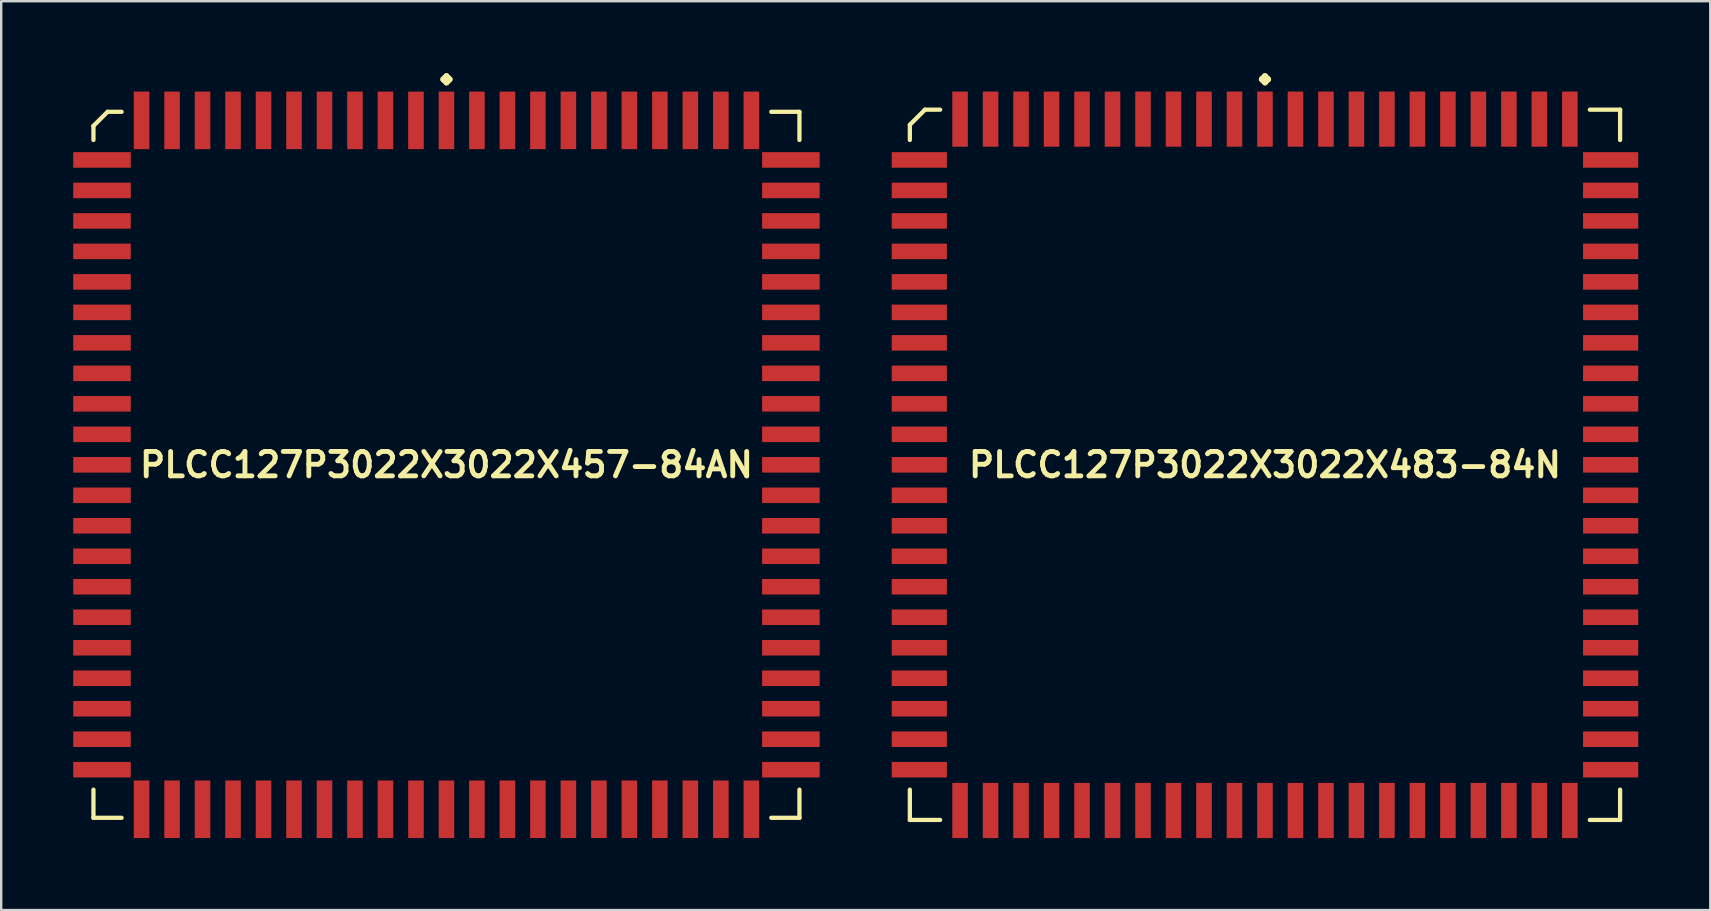
<source format=kicad_pcb>
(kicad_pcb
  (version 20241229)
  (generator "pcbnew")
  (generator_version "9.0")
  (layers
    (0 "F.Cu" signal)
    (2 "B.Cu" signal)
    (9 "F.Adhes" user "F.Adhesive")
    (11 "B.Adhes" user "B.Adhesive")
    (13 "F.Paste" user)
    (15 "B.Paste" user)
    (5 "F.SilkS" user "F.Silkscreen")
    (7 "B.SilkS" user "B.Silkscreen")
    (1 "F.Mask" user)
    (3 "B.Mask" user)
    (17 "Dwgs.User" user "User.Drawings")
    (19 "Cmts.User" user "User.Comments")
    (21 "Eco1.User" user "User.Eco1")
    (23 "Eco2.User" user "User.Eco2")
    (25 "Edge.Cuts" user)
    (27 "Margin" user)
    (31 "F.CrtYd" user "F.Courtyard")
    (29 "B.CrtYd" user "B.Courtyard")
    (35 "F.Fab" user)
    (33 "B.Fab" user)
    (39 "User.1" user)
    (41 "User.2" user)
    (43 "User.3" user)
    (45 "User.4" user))
  (footprint "PLCC127P3022X3022X483-84N"
    (layer "F.Cu")
    (at 49.643 16.312)
    (property "Reference" "PLCC127P3022X3022X483-84N" (at 0 0 0) (layer "F.SilkS") (effects (font (size 1.016 1.016) (thickness 0.203))))
    (attr smd)
    (fp_line (start -14.793 -14.163) (end -14.163 -14.793) (stroke (width 0.178) (type solid)) (layer "F.SilkS"))
    (fp_line (start -14.793 -13.531) (end -14.793 -14.163) (stroke (width 0.178) (type solid)) (layer "F.SilkS"))
    (fp_line (start -14.793 13.531) (end -14.793 14.793) (stroke (width 0.178) (type solid)) (layer "F.SilkS"))
    (fp_line (start -14.793 14.793) (end -13.531 14.793) (stroke (width 0.178) (type solid)) (layer "F.SilkS"))
    (fp_line (start -14.163 -14.793) (end -13.531 -14.793) (stroke (width 0.178) (type solid)) (layer "F.SilkS"))
    (fp_line (start -0.127 -16.058) (end 0 -16.185) (stroke (width 0.254) (type solid)) (layer "F.SilkS"))
    (fp_line (start 0 -16.185) (end 0.127 -16.058) (stroke (width 0.254) (type solid)) (layer "F.SilkS"))
    (fp_line (start 0 -15.931) (end -0.127 -16.058) (stroke (width 0.254) (type solid)) (layer "F.SilkS"))
    (fp_line (start 0.127 -16.058) (end 0 -15.931) (stroke (width 0.254) (type solid)) (layer "F.SilkS"))
    (fp_line (start 14.793 -14.793) (end 13.531 -14.793) (stroke (width 0.178) (type solid)) (layer "F.SilkS"))
    (fp_line (start 14.793 -13.531) (end 14.793 -14.793) (stroke (width 0.178) (type solid)) (layer "F.SilkS"))
    (fp_line (start 14.793 13.531) (end 14.793 14.793) (stroke (width 0.178) (type solid)) (layer "F.SilkS"))
    (fp_line (start 14.793 14.793) (end 13.531 14.793) (stroke (width 0.178) (type solid)) (layer "F.SilkS"))
    (pad "1" smd rect (at 0 -14.399) (size 0.648 2.299) (layers "F.Cu" "F.Mask" "F.Paste"))
    (pad "2" smd rect (at -1.27 -14.399) (size 0.648 2.299) (layers "F.Cu" "F.Mask" "F.Paste"))
    (pad "3" smd rect (at -2.54 -14.399) (size 0.648 2.299) (layers "F.Cu" "F.Mask" "F.Paste"))
    (pad "4" smd rect (at -3.81 -14.399) (size 0.648 2.299) (layers "F.Cu" "F.Mask" "F.Paste"))
    (pad "5" smd rect (at -5.08 -14.399) (size 0.648 2.299) (layers "F.Cu" "F.Mask" "F.Paste"))
    (pad "6" smd rect (at -6.35 -14.399) (size 0.648 2.299) (layers "F.Cu" "F.Mask" "F.Paste"))
    (pad "7" smd rect (at -7.62 -14.399) (size 0.648 2.299) (layers "F.Cu" "F.Mask" "F.Paste"))
    (pad "8" smd rect (at -8.89 -14.399) (size 0.648 2.299) (layers "F.Cu" "F.Mask" "F.Paste"))
    (pad "9" smd rect (at -10.16 -14.399) (size 0.648 2.299) (layers "F.Cu" "F.Mask" "F.Paste"))
    (pad "10" smd rect (at -11.43 -14.399) (size 0.648 2.299) (layers "F.Cu" "F.Mask" "F.Paste"))
    (pad "11" smd rect (at -12.7 -14.399) (size 0.648 2.299) (layers "F.Cu" "F.Mask" "F.Paste"))
    (pad "12" smd rect (at -14.399 -12.7) (size 2.299 0.648) (layers "F.Cu" "F.Mask" "F.Paste"))
    (pad "13" smd rect (at -14.399 -11.43) (size 2.299 0.648) (layers "F.Cu" "F.Mask" "F.Paste"))
    (pad "14" smd rect (at -14.399 -10.16) (size 2.299 0.648) (layers "F.Cu" "F.Mask" "F.Paste"))
    (pad "15" smd rect (at -14.399 -8.89) (size 2.299 0.648) (layers "F.Cu" "F.Mask" "F.Paste"))
    (pad "16" smd rect (at -14.399 -7.62) (size 2.299 0.648) (layers "F.Cu" "F.Mask" "F.Paste"))
    (pad "17" smd rect (at -14.399 -6.35) (size 2.299 0.648) (layers "F.Cu" "F.Mask" "F.Paste"))
    (pad "18" smd rect (at -14.399 -5.08) (size 2.299 0.648) (layers "F.Cu" "F.Mask" "F.Paste"))
    (pad "19" smd rect (at -14.399 -3.81) (size 2.299 0.648) (layers "F.Cu" "F.Mask" "F.Paste"))
    (pad "20" smd rect (at -14.399 -2.54) (size 2.299 0.648) (layers "F.Cu" "F.Mask" "F.Paste"))
    (pad "21" smd rect (at -14.399 -1.27) (size 2.299 0.648) (layers "F.Cu" "F.Mask" "F.Paste"))
    (pad "22" smd rect (at -14.399 0) (size 2.299 0.648) (layers "F.Cu" "F.Mask" "F.Paste"))
    (pad "23" smd rect (at -14.399 1.27) (size 2.299 0.648) (layers "F.Cu" "F.Mask" "F.Paste"))
    (pad "24" smd rect (at -14.399 2.54) (size 2.299 0.648) (layers "F.Cu" "F.Mask" "F.Paste"))
    (pad "25" smd rect (at -14.399 3.81) (size 2.299 0.648) (layers "F.Cu" "F.Mask" "F.Paste"))
    (pad "26" smd rect (at -14.399 5.08) (size 2.299 0.648) (layers "F.Cu" "F.Mask" "F.Paste"))
    (pad "27" smd rect (at -14.399 6.35) (size 2.299 0.648) (layers "F.Cu" "F.Mask" "F.Paste"))
    (pad "28" smd rect (at -14.399 7.62) (size 2.299 0.648) (layers "F.Cu" "F.Mask" "F.Paste"))
    (pad "29" smd rect (at -14.399 8.89) (size 2.299 0.648) (layers "F.Cu" "F.Mask" "F.Paste"))
    (pad "30" smd rect (at -14.399 10.16) (size 2.299 0.648) (layers "F.Cu" "F.Mask" "F.Paste"))
    (pad "31" smd rect (at -14.399 11.43) (size 2.299 0.648) (layers "F.Cu" "F.Mask" "F.Paste"))
    (pad "32" smd rect (at -14.399 12.7) (size 2.299 0.648) (layers "F.Cu" "F.Mask" "F.Paste"))
    (pad "33" smd rect (at -12.7 14.399) (size 0.648 2.299) (layers "F.Cu" "F.Mask" "F.Paste"))
    (pad "34" smd rect (at -11.43 14.399) (size 0.648 2.299) (layers "F.Cu" "F.Mask" "F.Paste"))
    (pad "35" smd rect (at -10.16 14.399) (size 0.648 2.299) (layers "F.Cu" "F.Mask" "F.Paste"))
    (pad "36" smd rect (at -8.89 14.399) (size 0.648 2.299) (layers "F.Cu" "F.Mask" "F.Paste"))
    (pad "37" smd rect (at -7.62 14.399) (size 0.648 2.299) (layers "F.Cu" "F.Mask" "F.Paste"))
    (pad "38" smd rect (at -6.35 14.399) (size 0.648 2.299) (layers "F.Cu" "F.Mask" "F.Paste"))
    (pad "39" smd rect (at -5.08 14.399) (size 0.648 2.299) (layers "F.Cu" "F.Mask" "F.Paste"))
    (pad "40" smd rect (at -3.81 14.399) (size 0.648 2.299) (layers "F.Cu" "F.Mask" "F.Paste"))
    (pad "41" smd rect (at -2.54 14.399) (size 0.648 2.299) (layers "F.Cu" "F.Mask" "F.Paste"))
    (pad "42" smd rect (at -1.27 14.399) (size 0.648 2.299) (layers "F.Cu" "F.Mask" "F.Paste"))
    (pad "43" smd rect (at 0 14.399) (size 0.648 2.299) (layers "F.Cu" "F.Mask" "F.Paste"))
    (pad "44" smd rect (at 1.27 14.399) (size 0.648 2.299) (layers "F.Cu" "F.Mask" "F.Paste"))
    (pad "45" smd rect (at 2.54 14.399) (size 0.648 2.299) (layers "F.Cu" "F.Mask" "F.Paste"))
    (pad "46" smd rect (at 3.81 14.399) (size 0.648 2.299) (layers "F.Cu" "F.Mask" "F.Paste"))
    (pad "47" smd rect (at 5.08 14.399) (size 0.648 2.299) (layers "F.Cu" "F.Mask" "F.Paste"))
    (pad "48" smd rect (at 6.35 14.399) (size 0.648 2.299) (layers "F.Cu" "F.Mask" "F.Paste"))
    (pad "49" smd rect (at 7.62 14.399) (size 0.648 2.299) (layers "F.Cu" "F.Mask" "F.Paste"))
    (pad "50" smd rect (at 8.89 14.399) (size 0.648 2.299) (layers "F.Cu" "F.Mask" "F.Paste"))
    (pad "51" smd rect (at 10.16 14.399) (size 0.648 2.299) (layers "F.Cu" "F.Mask" "F.Paste"))
    (pad "52" smd rect (at 11.43 14.399) (size 0.648 2.299) (layers "F.Cu" "F.Mask" "F.Paste"))
    (pad "53" smd rect (at 12.7 14.399) (size 0.648 2.299) (layers "F.Cu" "F.Mask" "F.Paste"))
    (pad "54" smd rect (at 14.399 12.7) (size 2.299 0.648) (layers "F.Cu" "F.Mask" "F.Paste"))
    (pad "55" smd rect (at 14.399 11.43) (size 2.299 0.648) (layers "F.Cu" "F.Mask" "F.Paste"))
    (pad "56" smd rect (at 14.399 10.16) (size 2.299 0.648) (layers "F.Cu" "F.Mask" "F.Paste"))
    (pad "57" smd rect (at 14.399 8.89) (size 2.299 0.648) (layers "F.Cu" "F.Mask" "F.Paste"))
    (pad "58" smd rect (at 14.399 7.62) (size 2.299 0.648) (layers "F.Cu" "F.Mask" "F.Paste"))
    (pad "59" smd rect (at 14.399 6.35) (size 2.299 0.648) (layers "F.Cu" "F.Mask" "F.Paste"))
    (pad "60" smd rect (at 14.399 5.08) (size 2.299 0.648) (layers "F.Cu" "F.Mask" "F.Paste"))
    (pad "61" smd rect (at 14.399 3.81) (size 2.299 0.648) (layers "F.Cu" "F.Mask" "F.Paste"))
    (pad "62" smd rect (at 14.399 2.54) (size 2.299 0.648) (layers "F.Cu" "F.Mask" "F.Paste"))
    (pad "63" smd rect (at 14.399 1.27) (size 2.299 0.648) (layers "F.Cu" "F.Mask" "F.Paste"))
    (pad "64" smd rect (at 14.399 0) (size 2.299 0.648) (layers "F.Cu" "F.Mask" "F.Paste"))
    (pad "65" smd rect (at 14.399 -1.27) (size 2.299 0.648) (layers "F.Cu" "F.Mask" "F.Paste"))
    (pad "66" smd rect (at 14.399 -2.54) (size 2.299 0.648) (layers "F.Cu" "F.Mask" "F.Paste"))
    (pad "67" smd rect (at 14.399 -3.81) (size 2.299 0.648) (layers "F.Cu" "F.Mask" "F.Paste"))
    (pad "68" smd rect (at 14.399 -5.08) (size 2.299 0.648) (layers "F.Cu" "F.Mask" "F.Paste"))
    (pad "69" smd rect (at 14.399 -6.35) (size 2.299 0.648) (layers "F.Cu" "F.Mask" "F.Paste"))
    (pad "70" smd rect (at 14.399 -7.62) (size 2.299 0.648) (layers "F.Cu" "F.Mask" "F.Paste"))
    (pad "71" smd rect (at 14.399 -8.89) (size 2.299 0.648) (layers "F.Cu" "F.Mask" "F.Paste"))
    (pad "72" smd rect (at 14.399 -10.16) (size 2.299 0.648) (layers "F.Cu" "F.Mask" "F.Paste"))
    (pad "73" smd rect (at 14.399 -11.43) (size 2.299 0.648) (layers "F.Cu" "F.Mask" "F.Paste"))
    (pad "74" smd rect (at 14.399 -12.7) (size 2.299 0.648) (layers "F.Cu" "F.Mask" "F.Paste"))
    (pad "75" smd rect (at 12.7 -14.399) (size 0.648 2.299) (layers "F.Cu" "F.Mask" "F.Paste"))
    (pad "76" smd rect (at 11.43 -14.399) (size 0.648 2.299) (layers "F.Cu" "F.Mask" "F.Paste"))
    (pad "77" smd rect (at 10.16 -14.399) (size 0.648 2.299) (layers "F.Cu" "F.Mask" "F.Paste"))
    (pad "78" smd rect (at 8.89 -14.399) (size 0.648 2.299) (layers "F.Cu" "F.Mask" "F.Paste"))
    (pad "79" smd rect (at 7.62 -14.399) (size 0.648 2.299) (layers "F.Cu" "F.Mask" "F.Paste"))
    (pad "80" smd rect (at 6.35 -14.399) (size 0.648 2.299) (layers "F.Cu" "F.Mask" "F.Paste"))
    (pad "81" smd rect (at 5.08 -14.399) (size 0.648 2.299) (layers "F.Cu" "F.Mask" "F.Paste"))
    (pad "82" smd rect (at 3.81 -14.399) (size 0.648 2.299) (layers "F.Cu" "F.Mask" "F.Paste"))
    (pad "83" smd rect (at 2.54 -14.399) (size 0.648 2.299) (layers "F.Cu" "F.Mask" "F.Paste"))
    (pad "84" smd rect (at 1.27 -14.399) (size 0.648 2.299) (layers "F.Cu" "F.Mask" "F.Paste")))
  (footprint "PLCC127P3022X3022X457-84AN"
    (layer "F.Cu")
    (at 15.547 16.312)
    (property "Reference" "PLCC127P3022X3022X457-84AN" (at 0 0 0) (layer "F.SilkS") (effects (font (size 1.016 1.016) (thickness 0.203))))
    (attr smd)
    (fp_line (start -14.704 -14.117) (end -14.117 -14.704) (stroke (width 0.178) (type solid)) (layer "F.SilkS"))
    (fp_line (start -14.704 -13.531) (end -14.704 -14.117) (stroke (width 0.178) (type solid)) (layer "F.SilkS"))
    (fp_line (start -14.704 13.531) (end -14.704 14.704) (stroke (width 0.178) (type solid)) (layer "F.SilkS"))
    (fp_line (start -14.704 14.704) (end -13.531 14.704) (stroke (width 0.178) (type solid)) (layer "F.SilkS"))
    (fp_line (start -14.117 -14.704) (end -13.531 -14.704) (stroke (width 0.178) (type solid)) (layer "F.SilkS"))
    (fp_line (start -0.127 -16.058) (end 0 -16.185) (stroke (width 0.254) (type solid)) (layer "F.SilkS"))
    (fp_line (start 0 -16.185) (end 0.127 -16.058) (stroke (width 0.254) (type solid)) (layer "F.SilkS"))
    (fp_line (start 0 -15.931) (end -0.127 -16.058) (stroke (width 0.254) (type solid)) (layer "F.SilkS"))
    (fp_line (start 0.127 -16.058) (end 0 -15.931) (stroke (width 0.254) (type solid)) (layer "F.SilkS"))
    (fp_line (start 14.704 -14.704) (end 13.531 -14.704) (stroke (width 0.178) (type solid)) (layer "F.SilkS"))
    (fp_line (start 14.704 -13.531) (end 14.704 -14.704) (stroke (width 0.178) (type solid)) (layer "F.SilkS"))
    (fp_line (start 14.704 13.531) (end 14.704 14.704) (stroke (width 0.178) (type solid)) (layer "F.SilkS"))
    (fp_line (start 14.704 14.704) (end 13.531 14.704) (stroke (width 0.178) (type solid)) (layer "F.SilkS"))
    (pad "1" smd rect (at 0 -14.348) (size 0.648 2.398) (layers "F.Cu" "F.Mask" "F.Paste"))
    (pad "2" smd rect (at -1.27 -14.348) (size 0.648 2.398) (layers "F.Cu" "F.Mask" "F.Paste"))
    (pad "3" smd rect (at -2.54 -14.348) (size 0.648 2.398) (layers "F.Cu" "F.Mask" "F.Paste"))
    (pad "4" smd rect (at -3.81 -14.348) (size 0.648 2.398) (layers "F.Cu" "F.Mask" "F.Paste"))
    (pad "5" smd rect (at -5.08 -14.348) (size 0.648 2.398) (layers "F.Cu" "F.Mask" "F.Paste"))
    (pad "6" smd rect (at -6.35 -14.348) (size 0.648 2.398) (layers "F.Cu" "F.Mask" "F.Paste"))
    (pad "7" smd rect (at -7.62 -14.348) (size 0.648 2.398) (layers "F.Cu" "F.Mask" "F.Paste"))
    (pad "8" smd rect (at -8.89 -14.348) (size 0.648 2.398) (layers "F.Cu" "F.Mask" "F.Paste"))
    (pad "9" smd rect (at -10.16 -14.348) (size 0.648 2.398) (layers "F.Cu" "F.Mask" "F.Paste"))
    (pad "10" smd rect (at -11.43 -14.348) (size 0.648 2.398) (layers "F.Cu" "F.Mask" "F.Paste"))
    (pad "11" smd rect (at -12.7 -14.348) (size 0.648 2.398) (layers "F.Cu" "F.Mask" "F.Paste"))
    (pad "12" smd rect (at -14.348 -12.7) (size 2.398 0.648) (layers "F.Cu" "F.Mask" "F.Paste"))
    (pad "13" smd rect (at -14.348 -11.43) (size 2.398 0.648) (layers "F.Cu" "F.Mask" "F.Paste"))
    (pad "14" smd rect (at -14.348 -10.16) (size 2.398 0.648) (layers "F.Cu" "F.Mask" "F.Paste"))
    (pad "15" smd rect (at -14.348 -8.89) (size 2.398 0.648) (layers "F.Cu" "F.Mask" "F.Paste"))
    (pad "16" smd rect (at -14.348 -7.62) (size 2.398 0.648) (layers "F.Cu" "F.Mask" "F.Paste"))
    (pad "17" smd rect (at -14.348 -6.35) (size 2.398 0.648) (layers "F.Cu" "F.Mask" "F.Paste"))
    (pad "18" smd rect (at -14.348 -5.08) (size 2.398 0.648) (layers "F.Cu" "F.Mask" "F.Paste"))
    (pad "19" smd rect (at -14.348 -3.81) (size 2.398 0.648) (layers "F.Cu" "F.Mask" "F.Paste"))
    (pad "20" smd rect (at -14.348 -2.54) (size 2.398 0.648) (layers "F.Cu" "F.Mask" "F.Paste"))
    (pad "21" smd rect (at -14.348 -1.27) (size 2.398 0.648) (layers "F.Cu" "F.Mask" "F.Paste"))
    (pad "22" smd rect (at -14.348 0) (size 2.398 0.648) (layers "F.Cu" "F.Mask" "F.Paste"))
    (pad "23" smd rect (at -14.348 1.27) (size 2.398 0.648) (layers "F.Cu" "F.Mask" "F.Paste"))
    (pad "24" smd rect (at -14.348 2.54) (size 2.398 0.648) (layers "F.Cu" "F.Mask" "F.Paste"))
    (pad "25" smd rect (at -14.348 3.81) (size 2.398 0.648) (layers "F.Cu" "F.Mask" "F.Paste"))
    (pad "26" smd rect (at -14.348 5.08) (size 2.398 0.648) (layers "F.Cu" "F.Mask" "F.Paste"))
    (pad "27" smd rect (at -14.348 6.35) (size 2.398 0.648) (layers "F.Cu" "F.Mask" "F.Paste"))
    (pad "28" smd rect (at -14.348 7.62) (size 2.398 0.648) (layers "F.Cu" "F.Mask" "F.Paste"))
    (pad "29" smd rect (at -14.348 8.89) (size 2.398 0.648) (layers "F.Cu" "F.Mask" "F.Paste"))
    (pad "30" smd rect (at -14.348 10.16) (size 2.398 0.648) (layers "F.Cu" "F.Mask" "F.Paste"))
    (pad "31" smd rect (at -14.348 11.43) (size 2.398 0.648) (layers "F.Cu" "F.Mask" "F.Paste"))
    (pad "32" smd rect (at -14.348 12.7) (size 2.398 0.648) (layers "F.Cu" "F.Mask" "F.Paste"))
    (pad "33" smd rect (at -12.7 14.348) (size 0.648 2.398) (layers "F.Cu" "F.Mask" "F.Paste"))
    (pad "34" smd rect (at -11.43 14.348) (size 0.648 2.398) (layers "F.Cu" "F.Mask" "F.Paste"))
    (pad "35" smd rect (at -10.16 14.348) (size 0.648 2.398) (layers "F.Cu" "F.Mask" "F.Paste"))
    (pad "36" smd rect (at -8.89 14.348) (size 0.648 2.398) (layers "F.Cu" "F.Mask" "F.Paste"))
    (pad "37" smd rect (at -7.62 14.348) (size 0.648 2.398) (layers "F.Cu" "F.Mask" "F.Paste"))
    (pad "38" smd rect (at -6.35 14.348) (size 0.648 2.398) (layers "F.Cu" "F.Mask" "F.Paste"))
    (pad "39" smd rect (at -5.08 14.348) (size 0.648 2.398) (layers "F.Cu" "F.Mask" "F.Paste"))
    (pad "40" smd rect (at -3.81 14.348) (size 0.648 2.398) (layers "F.Cu" "F.Mask" "F.Paste"))
    (pad "41" smd rect (at -2.54 14.348) (size 0.648 2.398) (layers "F.Cu" "F.Mask" "F.Paste"))
    (pad "42" smd rect (at -1.27 14.348) (size 0.648 2.398) (layers "F.Cu" "F.Mask" "F.Paste"))
    (pad "43" smd rect (at 0 14.348) (size 0.648 2.398) (layers "F.Cu" "F.Mask" "F.Paste"))
    (pad "44" smd rect (at 1.27 14.348) (size 0.648 2.398) (layers "F.Cu" "F.Mask" "F.Paste"))
    (pad "45" smd rect (at 2.54 14.348) (size 0.648 2.398) (layers "F.Cu" "F.Mask" "F.Paste"))
    (pad "46" smd rect (at 3.81 14.348) (size 0.648 2.398) (layers "F.Cu" "F.Mask" "F.Paste"))
    (pad "47" smd rect (at 5.08 14.348) (size 0.648 2.398) (layers "F.Cu" "F.Mask" "F.Paste"))
    (pad "48" smd rect (at 6.35 14.348) (size 0.648 2.398) (layers "F.Cu" "F.Mask" "F.Paste"))
    (pad "49" smd rect (at 7.62 14.348) (size 0.648 2.398) (layers "F.Cu" "F.Mask" "F.Paste"))
    (pad "50" smd rect (at 8.89 14.348) (size 0.648 2.398) (layers "F.Cu" "F.Mask" "F.Paste"))
    (pad "51" smd rect (at 10.16 14.348) (size 0.648 2.398) (layers "F.Cu" "F.Mask" "F.Paste"))
    (pad "52" smd rect (at 11.43 14.348) (size 0.648 2.398) (layers "F.Cu" "F.Mask" "F.Paste"))
    (pad "53" smd rect (at 12.7 14.348) (size 0.648 2.398) (layers "F.Cu" "F.Mask" "F.Paste"))
    (pad "54" smd rect (at 14.348 12.7) (size 2.398 0.648) (layers "F.Cu" "F.Mask" "F.Paste"))
    (pad "55" smd rect (at 14.348 11.43) (size 2.398 0.648) (layers "F.Cu" "F.Mask" "F.Paste"))
    (pad "56" smd rect (at 14.348 10.16) (size 2.398 0.648) (layers "F.Cu" "F.Mask" "F.Paste"))
    (pad "57" smd rect (at 14.348 8.89) (size 2.398 0.648) (layers "F.Cu" "F.Mask" "F.Paste"))
    (pad "58" smd rect (at 14.348 7.62) (size 2.398 0.648) (layers "F.Cu" "F.Mask" "F.Paste"))
    (pad "59" smd rect (at 14.348 6.35) (size 2.398 0.648) (layers "F.Cu" "F.Mask" "F.Paste"))
    (pad "60" smd rect (at 14.348 5.08) (size 2.398 0.648) (layers "F.Cu" "F.Mask" "F.Paste"))
    (pad "61" smd rect (at 14.348 3.81) (size 2.398 0.648) (layers "F.Cu" "F.Mask" "F.Paste"))
    (pad "62" smd rect (at 14.348 2.54) (size 2.398 0.648) (layers "F.Cu" "F.Mask" "F.Paste"))
    (pad "63" smd rect (at 14.348 1.27) (size 2.398 0.648) (layers "F.Cu" "F.Mask" "F.Paste"))
    (pad "64" smd rect (at 14.348 0) (size 2.398 0.648) (layers "F.Cu" "F.Mask" "F.Paste"))
    (pad "65" smd rect (at 14.348 -1.27) (size 2.398 0.648) (layers "F.Cu" "F.Mask" "F.Paste"))
    (pad "66" smd rect (at 14.348 -2.54) (size 2.398 0.648) (layers "F.Cu" "F.Mask" "F.Paste"))
    (pad "67" smd rect (at 14.348 -3.81) (size 2.398 0.648) (layers "F.Cu" "F.Mask" "F.Paste"))
    (pad "68" smd rect (at 14.348 -5.08) (size 2.398 0.648) (layers "F.Cu" "F.Mask" "F.Paste"))
    (pad "69" smd rect (at 14.348 -6.35) (size 2.398 0.648) (layers "F.Cu" "F.Mask" "F.Paste"))
    (pad "70" smd rect (at 14.348 -7.62) (size 2.398 0.648) (layers "F.Cu" "F.Mask" "F.Paste"))
    (pad "71" smd rect (at 14.348 -8.89) (size 2.398 0.648) (layers "F.Cu" "F.Mask" "F.Paste"))
    (pad "72" smd rect (at 14.348 -10.16) (size 2.398 0.648) (layers "F.Cu" "F.Mask" "F.Paste"))
    (pad "73" smd rect (at 14.348 -11.43) (size 2.398 0.648) (layers "F.Cu" "F.Mask" "F.Paste"))
    (pad "74" smd rect (at 14.348 -12.7) (size 2.398 0.648) (layers "F.Cu" "F.Mask" "F.Paste"))
    (pad "75" smd rect (at 12.7 -14.348) (size 0.648 2.398) (layers "F.Cu" "F.Mask" "F.Paste"))
    (pad "76" smd rect (at 11.43 -14.348) (size 0.648 2.398) (layers "F.Cu" "F.Mask" "F.Paste"))
    (pad "77" smd rect (at 10.16 -14.348) (size 0.648 2.398) (layers "F.Cu" "F.Mask" "F.Paste"))
    (pad "78" smd rect (at 8.89 -14.348) (size 0.648 2.398) (layers "F.Cu" "F.Mask" "F.Paste"))
    (pad "79" smd rect (at 7.62 -14.348) (size 0.648 2.398) (layers "F.Cu" "F.Mask" "F.Paste"))
    (pad "80" smd rect (at 6.35 -14.348) (size 0.648 2.398) (layers "F.Cu" "F.Mask" "F.Paste"))
    (pad "81" smd rect (at 5.08 -14.348) (size 0.648 2.398) (layers "F.Cu" "F.Mask" "F.Paste"))
    (pad "82" smd rect (at 3.81 -14.348) (size 0.648 2.398) (layers "F.Cu" "F.Mask" "F.Paste"))
    (pad "83" smd rect (at 2.54 -14.348) (size 0.648 2.398) (layers "F.Cu" "F.Mask" "F.Paste"))
    (pad "84" smd rect (at 1.27 -14.348) (size 0.648 2.398) (layers "F.Cu" "F.Mask" "F.Paste")))
  (gr_rect
    (start -3 -3)
    (end 68.192 34.86)
    (stroke (width 0.1) (type default))
    (fill no)
    (layer "Edge.Cuts")))
</source>
